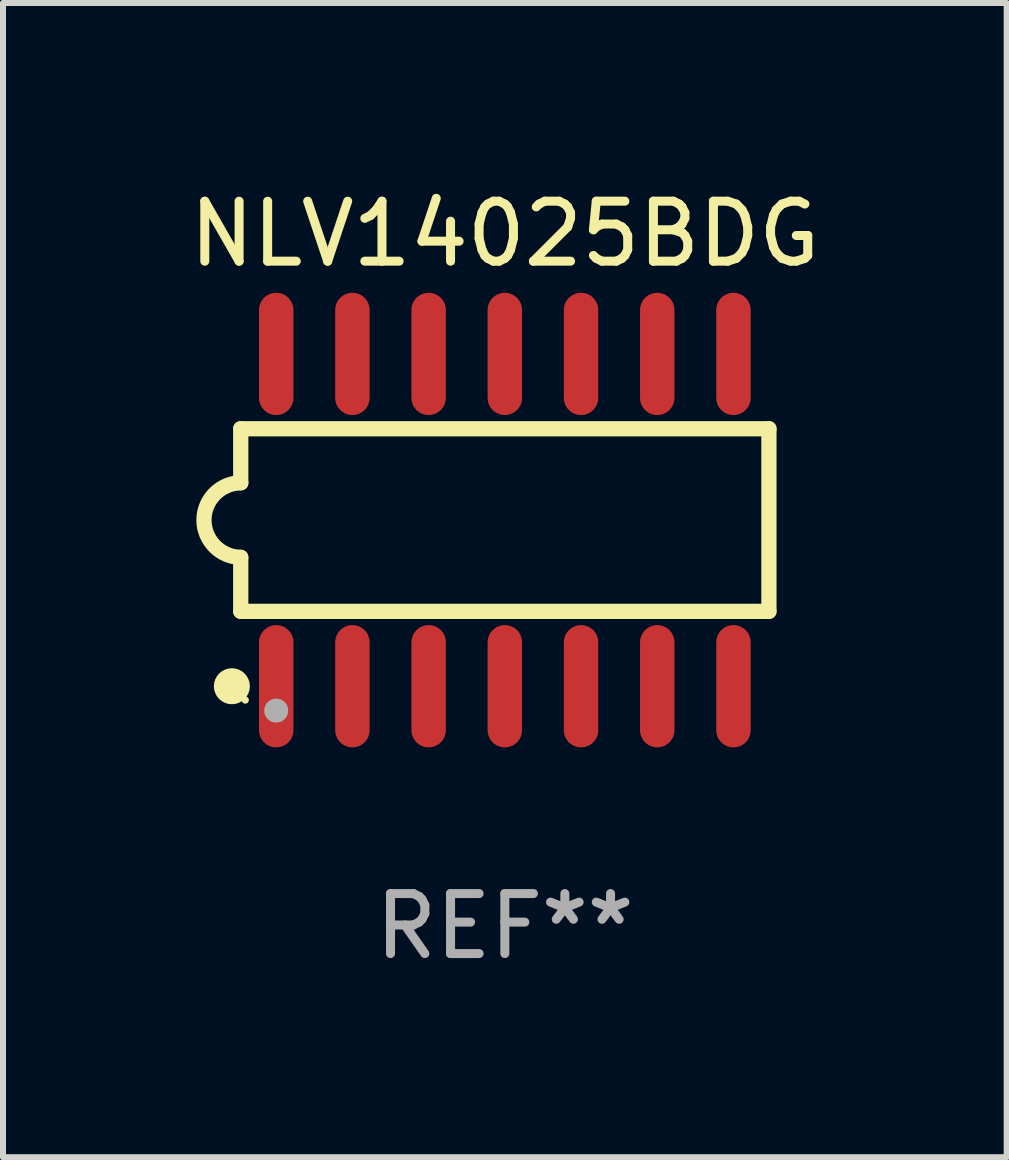
<source format=kicad_pcb>
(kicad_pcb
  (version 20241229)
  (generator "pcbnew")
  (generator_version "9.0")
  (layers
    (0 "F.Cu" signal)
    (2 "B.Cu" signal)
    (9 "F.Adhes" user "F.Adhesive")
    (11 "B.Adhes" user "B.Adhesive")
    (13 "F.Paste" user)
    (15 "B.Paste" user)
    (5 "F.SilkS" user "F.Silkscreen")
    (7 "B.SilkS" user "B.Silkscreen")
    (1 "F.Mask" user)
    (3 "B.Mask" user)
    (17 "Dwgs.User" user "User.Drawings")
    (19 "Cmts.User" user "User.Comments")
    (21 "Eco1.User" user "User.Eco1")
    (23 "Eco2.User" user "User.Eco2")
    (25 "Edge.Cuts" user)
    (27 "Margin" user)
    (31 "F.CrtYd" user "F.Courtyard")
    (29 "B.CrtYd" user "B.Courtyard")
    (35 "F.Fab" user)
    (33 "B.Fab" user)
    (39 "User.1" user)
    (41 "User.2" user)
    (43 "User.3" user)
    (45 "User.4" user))
  (footprint "NLV14025BDG"
    (layer "F.Cu")
    (at 5.363 5.617)
    (property "Reference" "NLV14025BDG" (at 0 -4.769 0) (layer "F.SilkS") (effects (font (size 1 1) (thickness 0.15))))
    (attr through_hole)
    (fp_line (start -4.401 -1.522) (end -4.401 -0.622) (stroke (width 0.254) (type solid)) (layer "F.SilkS"))
    (fp_line (start -4.401 -1.522) (end 4.401 -1.522) (stroke (width 0.254) (type solid)) (layer "F.SilkS"))
    (fp_line (start -4.401 1.521) (end -4.401 0.621) (stroke (width 0.254) (type solid)) (layer "F.SilkS"))
    (fp_line (start 4.401 -1.522) (end 4.401 1.521) (stroke (width 0.254) (type solid)) (layer "F.SilkS"))
    (fp_line (start 4.401 1.521) (end -4.401 1.521) (stroke (width 0.254) (type solid)) (layer "F.SilkS"))
    (fp_arc (start -4.401219 0.621311) (mid -5.021261 -0.000419) (end -4.400101 -0.621032) (stroke (width 0.254001) (type solid)) (layer "F.SilkS"))
    (fp_circle (center -4.549 2.769) (end -4.399 2.769) (stroke (width 0.3) (type solid)) (fill no) (layer "F.SilkS"))
    (fp_circle (center -4.325 3) (end -4.295 3) (stroke (width 0.06) (type solid)) (fill no) (layer "F.SilkS"))
    (fp_circle (center -3.81 3.175) (end -3.71 3.175) (stroke (width 0.2) (type solid)) (fill no) (layer "F.Fab"))
    (fp_text user "REF**" (at 0 6.769 0) (layer "F.Fab") (effects (font (size 1 1) (thickness 0.15))))
    (pad "1" smd oval (at -3.81 2.769) (size 0.574 2.038) (layers "F.Cu" "F.Mask" "F.Paste"))
    (pad "2" smd oval (at -2.54 2.769) (size 0.574 2.038) (layers "F.Cu" "F.Mask" "F.Paste"))
    (pad "3" smd oval (at -1.27 2.769) (size 0.574 2.038) (layers "F.Cu" "F.Mask" "F.Paste"))
    (pad "4" smd oval (at -0.000051 2.769) (size 0.574 2.038) (layers "F.Cu" "F.Mask" "F.Paste"))
    (pad "5" smd oval (at 1.27 2.769) (size 0.574 2.038) (layers "F.Cu" "F.Mask" "F.Paste"))
    (pad "6" smd oval (at 2.54 2.769) (size 0.574 2.038) (layers "F.Cu" "F.Mask" "F.Paste"))
    (pad "7" smd oval (at 3.81 2.769) (size 0.574 2.038) (layers "F.Cu" "F.Mask" "F.Paste"))
    (pad "8" smd oval (at 3.81 -2.769) (size 0.574 2.038) (layers "F.Cu" "F.Mask" "F.Paste"))
    (pad "9" smd oval (at 2.54 -2.769) (size 0.574 2.038) (layers "F.Cu" "F.Mask" "F.Paste"))
    (pad "10" smd oval (at 1.27 -2.769) (size 0.574 2.038) (layers "F.Cu" "F.Mask" "F.Paste"))
    (pad "11" smd oval (at -0.000051 -2.769) (size 0.574 2.038) (layers "F.Cu" "F.Mask" "F.Paste"))
    (pad "12" smd oval (at -1.27 -2.769) (size 0.574 2.038) (layers "F.Cu" "F.Mask" "F.Paste"))
    (pad "13" smd oval (at -2.54 -2.769) (size 0.574 2.038) (layers "F.Cu" "F.Mask" "F.Paste"))
    (pad "14" smd oval (at -3.81 -2.769) (size 0.574 2.038) (layers "F.Cu" "F.Mask" "F.Paste")))
  (gr_rect
    (start -3 -3)
    (end 13.726 16.235)
    (stroke (width 0.1) (type default))
    (fill no)
    (layer "Edge.Cuts")))
</source>
